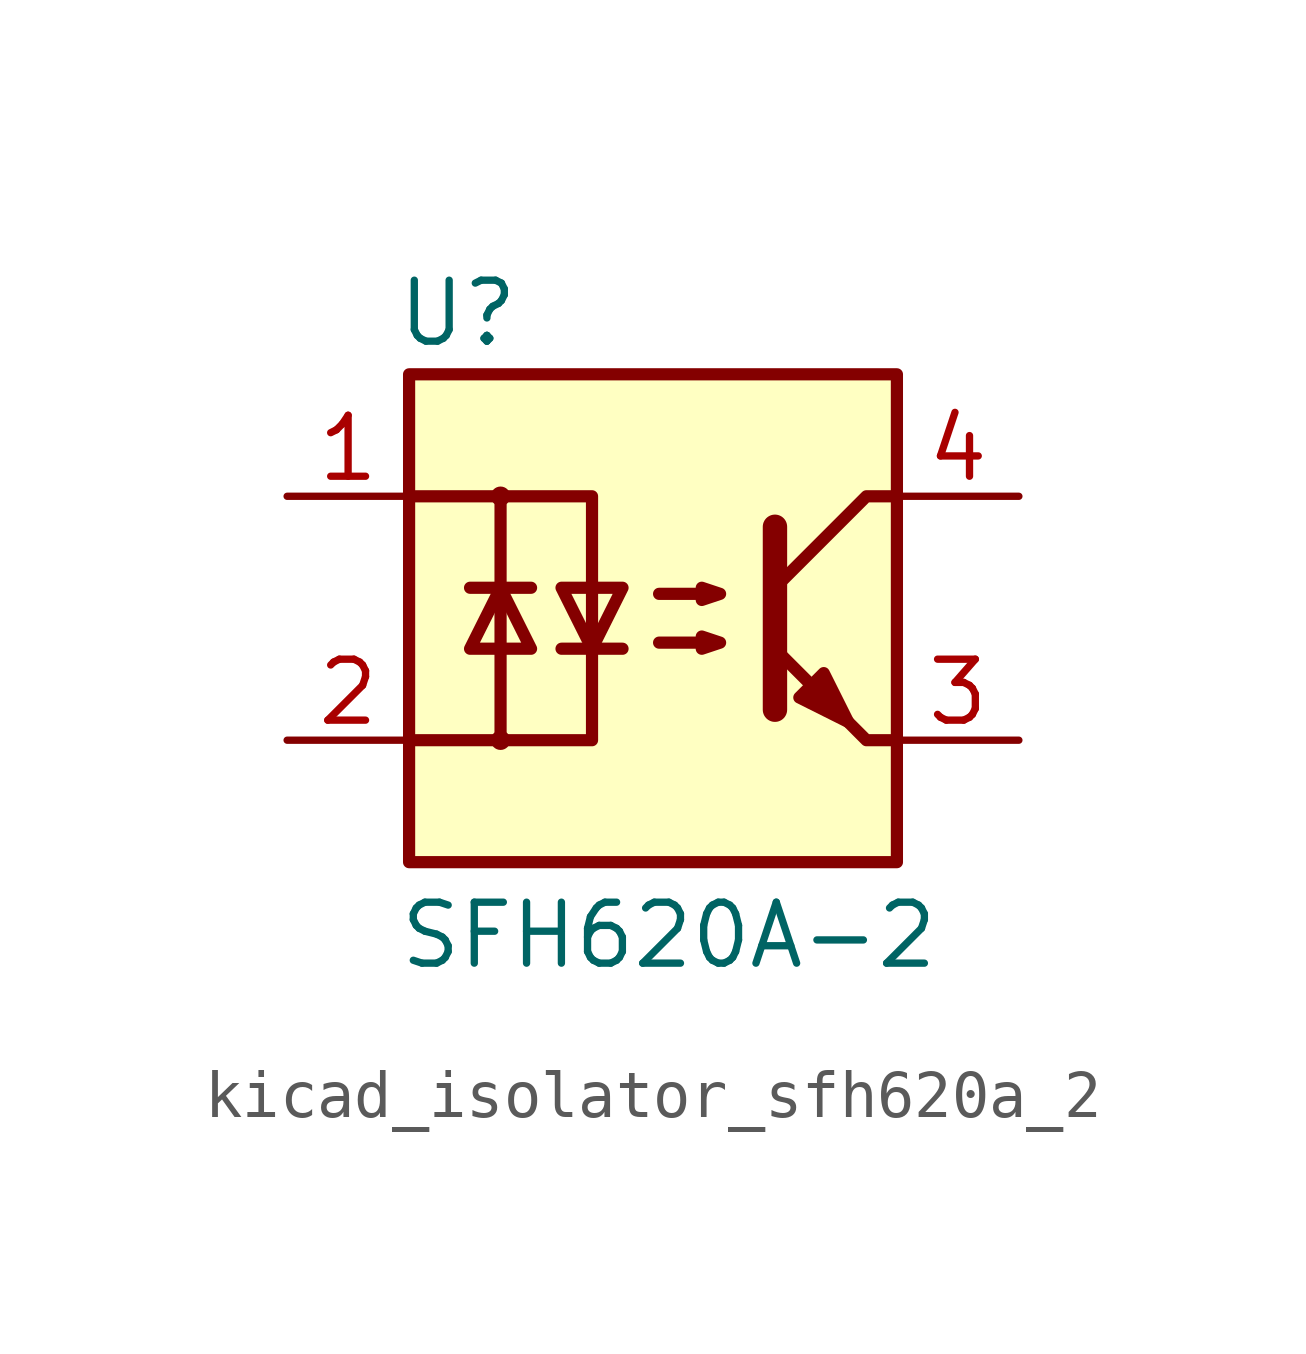
<source format=kicad_sym>
(kicad_symbol_lib
  (version 20220914)
  (generator kicad_symbol_editor)
  (symbol "kicad_isolator_sfh620a_2"
    (pin_names
      (offset 1.016))
    (property "Reference" "U"
      (at -4.064 6.35 0)
      (effects (font (size 1.27 1.27))))
    (property "Value" "SFH620A-2"
      (at -5.334 -6.604 0)
      (effects (font (size 1.27 1.27)) (justify left)))
    (symbol "kicad_isolator_sfh620a_2_0_1"
      (rectangle (start -5.08 5.08) (end 5.08 -5.08) (stroke (width 0.254) (type default)) (fill (type background))))
    (symbol "kicad_isolator_sfh620a_2_1_1"
      (circle (center -3.175 -2.54) (radius 0.127) (stroke (width 0) (type default)) (fill (type none)))
      (circle (center -3.175 2.54) (radius 0.127) (stroke (width 0) (type default)) (fill (type none)))
      (polyline (pts (xy -3.81 0.635) (xy -2.54 0.635)) (stroke (width 0.254) (type default)) (fill (type none)))
      (polyline (pts (xy -1.905 -0.635) (xy -0.635 -0.635)) (stroke (width 0.254) (type default)) (fill (type none)))
      (polyline (pts (xy 2.54 1.905) (xy 2.54 -1.905) (xy 2.54 -1.905)) (stroke (width 0.508) (type default)) (fill (type none)))
      (polyline (pts (xy 5.08 -2.54) (xy 4.445 -2.54) (xy 2.54 -0.635)) (stroke (width 0.254) (type default)) (fill (type none)))
      (polyline (pts (xy 5.08 2.54) (xy 4.445 2.54) (xy 2.54 0.635)) (stroke (width 0.254) (type default)) (fill (type none)))
      (polyline (pts (xy -5.08 2.54) (xy -3.175 2.54) (xy -3.175 -2.54) (xy -5.08 -2.54)) (stroke (width 0.254) (type default)) (fill (type none)))
      (polyline (pts (xy -3.175 -2.54) (xy -1.27 -2.54) (xy -1.27 2.54) (xy -3.175 2.54)) (stroke (width 0.254) (type default)) (fill (type none)))
      (polyline (pts (xy -3.175 0.635) (xy -3.81 -0.635) (xy -2.54 -0.635) (xy -3.175 0.635)) (stroke (width 0.254) (type default)) (fill (type none)))
      (polyline (pts (xy -1.27 -0.635) (xy -1.905 0.635) (xy -0.635 0.635) (xy -1.27 -0.635)) (stroke (width 0.254) (type default)) (fill (type none)))
      (polyline (pts (xy 0.127 -0.508) (xy 1.397 -0.508) (xy 1.016 -0.635) (xy 1.016 -0.381) (xy 1.397 -0.508)) (stroke (width 0.254) (type default)) (fill (type none)))
      (polyline (pts (xy 0.127 0.508) (xy 1.397 0.508) (xy 1.016 0.381) (xy 1.016 0.635) (xy 1.397 0.508)) (stroke (width 0.254) (type default)) (fill (type none)))
      (polyline (pts (xy 3.048 -1.651) (xy 3.556 -1.143) (xy 4.064 -2.159) (xy 3.048 -1.651) (xy 3.048 -1.651)) (stroke (width 0.254) (type default)) (fill (type outline)))
      (pin passive line (at -7.62 2.54 0) (length 2.54) (name "~" (effects (font (size 1.27 1.27)))) (number "1" (effects (font (size 1.27 1.27)))))
      (pin passive line (at -7.62 -2.54 0) (length 2.54) (name "~" (effects (font (size 1.27 1.27)))) (number "2" (effects (font (size 1.27 1.27)))))
      (pin passive line (at 7.62 -2.54 180) (length 2.54) (name "~" (effects (font (size 1.27 1.27)))) (number "3" (effects (font (size 1.27 1.27)))))
      (pin passive line (at 7.62 2.54 180) (length 2.54) (name "~" (effects (font (size 1.27 1.27)))) (number "4" (effects (font (size 1.27 1.27))))))))
</source>
